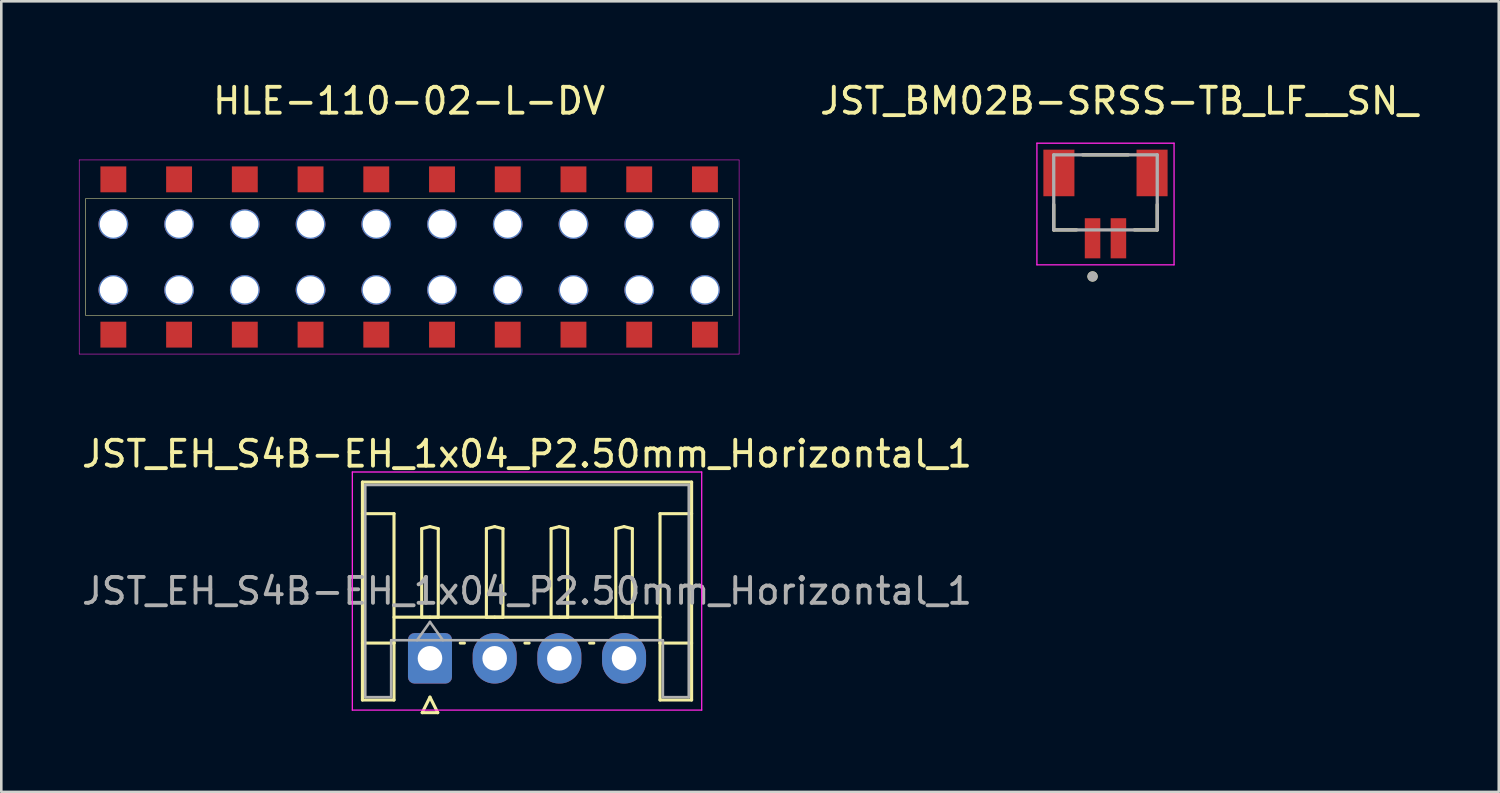
<source format=kicad_pcb>
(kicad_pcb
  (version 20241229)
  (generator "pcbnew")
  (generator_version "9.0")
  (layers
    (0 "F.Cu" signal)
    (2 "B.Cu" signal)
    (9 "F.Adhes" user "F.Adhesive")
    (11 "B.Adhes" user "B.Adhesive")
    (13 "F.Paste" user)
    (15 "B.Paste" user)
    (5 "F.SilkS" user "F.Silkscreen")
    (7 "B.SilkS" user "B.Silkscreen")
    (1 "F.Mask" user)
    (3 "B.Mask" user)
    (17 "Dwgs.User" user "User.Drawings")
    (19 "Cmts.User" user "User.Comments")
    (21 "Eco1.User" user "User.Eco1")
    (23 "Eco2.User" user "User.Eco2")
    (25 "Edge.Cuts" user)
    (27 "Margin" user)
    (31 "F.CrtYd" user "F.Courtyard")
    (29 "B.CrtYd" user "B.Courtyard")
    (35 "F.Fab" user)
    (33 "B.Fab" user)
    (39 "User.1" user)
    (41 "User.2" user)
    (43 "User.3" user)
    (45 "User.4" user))
  (footprint "HLE-110-02-L-DV"
    (layer "F.Cu")
    (at 12.76 6.881)
    (property "Reference" "HLE-110-02-L-DV" (at 0 -6.032 0) (layer "F.SilkS") (effects (font (size 1 1) (thickness 0.15))))
    (attr through_hole)
    (fp_line (start -12.5 -2.25) (end -12.5 2.25) (stroke (width 0.02) (type solid)) (layer "F.SilkS"))
    (fp_line (start -12.5 2.25) (end 12.5 2.25) (stroke (width 0.02) (type solid)) (layer "F.SilkS"))
    (fp_line (start 12.5 -2.25) (end -12.5 -2.25) (stroke (width 0.02) (type solid)) (layer "F.SilkS"))
    (fp_line (start 12.5 2.25) (end 12.5 -2.25) (stroke (width 0.02) (type solid)) (layer "F.SilkS"))
    (fp_line (start -12.75 -3.75) (end -12.75 3.75) (stroke (width 0.02) (type solid)) (layer "F.CrtYd"))
    (fp_line (start -12.75 3.75) (end 12.75 3.75) (stroke (width 0.02) (type solid)) (layer "F.CrtYd"))
    (fp_line (start 12.75 -3.75) (end -12.75 -3.75) (stroke (width 0.02) (type solid)) (layer "F.CrtYd"))
    (fp_line (start 12.75 -3.75) (end 12.75 3.75) (stroke (width 0.02) (type solid)) (layer "F.CrtYd"))
    (pad "" np_thru_hole circle (at -11.43 -1.27) (size 1.15 1.15) (drill 1.05) (layers "*.Cu" "*.Mask"))
    (pad "" np_thru_hole circle (at -11.43 1.27) (size 1.15 1.15) (drill 1.05) (layers "*.Cu" "*.Mask"))
    (pad "" np_thru_hole circle (at -8.89 -1.27) (size 1.15 1.15) (drill 1.05) (layers "*.Cu" "*.Mask"))
    (pad "" np_thru_hole circle (at -8.89 1.27) (size 1.15 1.15) (drill 1.05) (layers "*.Cu" "*.Mask"))
    (pad "" np_thru_hole circle (at -6.35 -1.27) (size 1.15 1.15) (drill 1.05) (layers "*.Cu" "*.Mask"))
    (pad "" np_thru_hole circle (at -6.35 1.27) (size 1.15 1.15) (drill 1.05) (layers "*.Cu" "*.Mask"))
    (pad "" np_thru_hole circle (at -3.81 -1.27) (size 1.15 1.15) (drill 1.05) (layers "*.Cu" "*.Mask"))
    (pad "" np_thru_hole circle (at -3.81 1.27) (size 1.15 1.15) (drill 1.05) (layers "*.Cu" "*.Mask"))
    (pad "" np_thru_hole circle (at -1.27 -1.27) (size 1.15 1.15) (drill 1.05) (layers "*.Cu" "*.Mask"))
    (pad "" np_thru_hole circle (at -1.27 1.27) (size 1.15 1.15) (drill 1.05) (layers "*.Cu" "*.Mask"))
    (pad "" np_thru_hole circle (at 1.27 -1.27) (size 1.15 1.15) (drill 1.05) (layers "*.Cu" "*.Mask"))
    (pad "" np_thru_hole circle (at 1.27 1.27) (size 1.15 1.15) (drill 1.05) (layers "*.Cu" "*.Mask"))
    (pad "" np_thru_hole circle (at 3.81 -1.27) (size 1.15 1.15) (drill 1.05) (layers "*.Cu" "*.Mask"))
    (pad "" np_thru_hole circle (at 3.81 1.27) (size 1.15 1.15) (drill 1.05) (layers "*.Cu" "*.Mask"))
    (pad "" np_thru_hole circle (at 6.35 -1.27) (size 1.15 1.15) (drill 1.05) (layers "*.Cu" "*.Mask"))
    (pad "" np_thru_hole circle (at 6.35 1.27) (size 1.15 1.15) (drill 1.05) (layers "*.Cu" "*.Mask"))
    (pad "" np_thru_hole circle (at 8.89 -1.27) (size 1.15 1.15) (drill 1.05) (layers "*.Cu" "*.Mask"))
    (pad "" np_thru_hole circle (at 8.89 1.27) (size 1.15 1.15) (drill 1.05) (layers "*.Cu" "*.Mask"))
    (pad "" np_thru_hole circle (at 11.43 -1.27) (size 1.15 1.15) (drill 1.05) (layers "*.Cu" "*.Mask"))
    (pad "" np_thru_hole circle (at 11.43 1.27) (size 1.15 1.15) (drill 1.05) (layers "*.Cu" "*.Mask"))
    (pad "1" smd rect (at -11.43 3) (size 1 1) (layers "F.Cu" "F.Mask" "F.Paste"))
    (pad "2" smd rect (at -11.43 -3) (size 1 1) (layers "F.Cu" "F.Mask" "F.Paste"))
    (pad "3" smd rect (at -8.89 3) (size 1 1) (layers "F.Cu" "F.Mask" "F.Paste"))
    (pad "4" smd rect (at -8.89 -3) (size 1 1) (layers "F.Cu" "F.Mask" "F.Paste"))
    (pad "5" smd rect (at -6.35 3) (size 1 1) (layers "F.Cu" "F.Mask" "F.Paste"))
    (pad "6" smd rect (at -6.35 -3) (size 1 1) (layers "F.Cu" "F.Mask" "F.Paste"))
    (pad "7" smd rect (at -3.81 3) (size 1 1) (layers "F.Cu" "F.Mask" "F.Paste"))
    (pad "8" smd rect (at -3.81 -3) (size 1 1) (layers "F.Cu" "F.Mask" "F.Paste"))
    (pad "9" smd rect (at -1.27 3) (size 1 1) (layers "F.Cu" "F.Mask" "F.Paste"))
    (pad "10" smd rect (at -1.27 -3) (size 1 1) (layers "F.Cu" "F.Mask" "F.Paste"))
    (pad "11" smd rect (at 1.27 3) (size 1 1) (layers "F.Cu" "F.Mask" "F.Paste"))
    (pad "12" smd rect (at 1.27 -3) (size 1 1) (layers "F.Cu" "F.Mask" "F.Paste"))
    (pad "13" smd rect (at 3.81 3) (size 1 1) (layers "F.Cu" "F.Mask" "F.Paste"))
    (pad "14" smd rect (at 3.81 -3) (size 1 1) (layers "F.Cu" "F.Mask" "F.Paste"))
    (pad "15" smd rect (at 6.35 3) (size 1 1) (layers "F.Cu" "F.Mask" "F.Paste"))
    (pad "16" smd rect (at 6.35 -3) (size 1 1) (layers "F.Cu" "F.Mask" "F.Paste"))
    (pad "17" smd rect (at 8.89 3) (size 1 1) (layers "F.Cu" "F.Mask" "F.Paste"))
    (pad "18" smd rect (at 8.89 -3) (size 1 1) (layers "F.Cu" "F.Mask" "F.Paste"))
    (pad "19" smd rect (at 11.43 3) (size 1 1) (layers "F.Cu" "F.Mask" "F.Paste"))
    (pad "20" smd rect (at 11.43 -3) (size 1 1) (layers "F.Cu" "F.Mask" "F.Paste")))
  (footprint "JST_BM02B-SRSS-TB_LF__SN_"
    (layer "F.Cu")
    (at 39.668 3.633)
    (property "Reference" "JST_BM02B-SRSS-TB_LF__SN_" (at 0.525 -2.785 0) (layer "F.SilkS") (effects (font (size 1 1) (thickness 0.15))))
    (attr smd)
    (fp_line (start -2 2.2) (end -2 1.22) (stroke (width 0.127) (type solid)) (layer "F.SilkS"))
    (fp_line (start -1.12 2.2) (end -2 2.2) (stroke (width 0.127) (type solid)) (layer "F.SilkS"))
    (fp_line (start -0.88 -0.7) (end 0.88 -0.7) (stroke (width 0.127) (type solid)) (layer "F.SilkS"))
    (fp_line (start 2 2.2) (end 1.12 2.2) (stroke (width 0.127) (type solid)) (layer "F.SilkS"))
    (fp_line (start 2 2.2) (end 2 1.22) (stroke (width 0.127) (type solid)) (layer "F.SilkS"))
    (fp_circle (center -0.5 4) (end -0.4 4) (stroke (width 0.2) (type solid)) (fill no) (layer "F.SilkS"))
    (fp_line (start -2.65 -1.15) (end -2.65 3.55) (stroke (width 0.05) (type solid)) (layer "F.CrtYd"))
    (fp_line (start -2.65 3.55) (end 2.65 3.55) (stroke (width 0.05) (type solid)) (layer "F.CrtYd"))
    (fp_line (start 2.65 -1.15) (end -2.65 -1.15) (stroke (width 0.05) (type solid)) (layer "F.CrtYd"))
    (fp_line (start 2.65 3.55) (end 2.65 -1.15) (stroke (width 0.05) (type solid)) (layer "F.CrtYd"))
    (fp_line (start -2 -0.7) (end 2 -0.7) (stroke (width 0.127) (type solid)) (layer "F.Fab"))
    (fp_line (start -2 2.2) (end -2 -0.7) (stroke (width 0.127) (type solid)) (layer "F.Fab"))
    (fp_line (start 2 -0.7) (end 2 2.2) (stroke (width 0.127) (type solid)) (layer "F.Fab"))
    (fp_line (start 2 2.2) (end -2 2.2) (stroke (width 0.127) (type solid)) (layer "F.Fab"))
    (fp_circle (center -0.5 4) (end -0.4 4) (stroke (width 0.2) (type solid)) (fill no) (layer "F.Fab"))
    (pad "1" smd rect (at -0.5 2.525) (size 0.6 1.55) (layers "F.Cu" "F.Mask" "F.Paste"))
    (pad "2" smd rect (at 0.5 2.525) (size 0.6 1.55) (layers "F.Cu" "F.Mask" "F.Paste"))
    (pad "S1" smd rect (at -1.8 0) (size 1.2 1.8) (layers "F.Cu" "F.Mask" "F.Paste"))
    (pad "S2" smd rect (at 1.8 0) (size 1.2 1.8) (layers "F.Cu" "F.Mask" "F.Paste")))
  (footprint "JST_EH_S4B-EH_1x04_P2.50mm_Horizontal_1"
    (layer "F.Cu")
    (at 13.565 22.389)
    (property "Reference" "JST_EH_S4B-EH_1x04_P2.50mm_Horizontal_1" (at 3.75 -7.9 0) (layer "F.SilkS") (effects (font (size 1 1) (thickness 0.15))))
    (attr through_hole)
    (fp_line (start -2.61 -6.81) (end 10.11 -6.81) (stroke (width 0.12) (type solid)) (layer "F.SilkS"))
    (fp_line (start -2.61 -5.59) (end -1.39 -5.59) (stroke (width 0.12) (type solid)) (layer "F.SilkS"))
    (fp_line (start -2.61 1.61) (end -2.61 -6.81) (stroke (width 0.12) (type solid)) (layer "F.SilkS"))
    (fp_line (start -1.39 -5.59) (end -1.39 -0.59) (stroke (width 0.12) (type solid)) (layer "F.SilkS"))
    (fp_line (start -1.39 -1.59) (end 8.89 -1.59) (stroke (width 0.12) (type solid)) (layer "F.SilkS"))
    (fp_line (start -1.39 -0.59) (end -2.61 -0.59) (stroke (width 0.12) (type solid)) (layer "F.SilkS"))
    (fp_line (start -1.39 -0.59) (end -1.39 1.61) (stroke (width 0.12) (type solid)) (layer "F.SilkS"))
    (fp_line (start -1.39 1.61) (end -2.61 1.61) (stroke (width 0.12) (type solid)) (layer "F.SilkS"))
    (fp_line (start -0.32 -5.01) (end 0 -5.09) (stroke (width 0.12) (type solid)) (layer "F.SilkS"))
    (fp_line (start -0.32 -1.59) (end -0.32 -5.01) (stroke (width 0.12) (type solid)) (layer "F.SilkS"))
    (fp_line (start -0.3 2.1) (end 0.3 2.1) (stroke (width 0.12) (type solid)) (layer "F.SilkS"))
    (fp_line (start 0 -5.09) (end 0.32 -5.01) (stroke (width 0.12) (type solid)) (layer "F.SilkS"))
    (fp_line (start 0 -1.59) (end -0.32 -1.59) (stroke (width 0.12) (type solid)) (layer "F.SilkS"))
    (fp_line (start 0 1.5) (end -0.3 2.1) (stroke (width 0.12) (type solid)) (layer "F.SilkS"))
    (fp_line (start 0.3 2.1) (end 0 1.5) (stroke (width 0.12) (type solid)) (layer "F.SilkS"))
    (fp_line (start 0.32 -5.01) (end 0.32 -1.59) (stroke (width 0.12) (type solid)) (layer "F.SilkS"))
    (fp_line (start 0.32 -1.59) (end 0 -1.59) (stroke (width 0.12) (type solid)) (layer "F.SilkS"))
    (fp_line (start 1.17 -0.59) (end 1.33 -0.59) (stroke (width 0.12) (type solid)) (layer "F.SilkS"))
    (fp_line (start 2.18 -5.01) (end 2.5 -5.09) (stroke (width 0.12) (type solid)) (layer "F.SilkS"))
    (fp_line (start 2.18 -1.59) (end 2.18 -5.01) (stroke (width 0.12) (type solid)) (layer "F.SilkS"))
    (fp_line (start 2.5 -5.09) (end 2.82 -5.01) (stroke (width 0.12) (type solid)) (layer "F.SilkS"))
    (fp_line (start 2.5 -1.59) (end 2.18 -1.59) (stroke (width 0.12) (type solid)) (layer "F.SilkS"))
    (fp_line (start 2.82 -5.01) (end 2.82 -1.59) (stroke (width 0.12) (type solid)) (layer "F.SilkS"))
    (fp_line (start 2.82 -1.59) (end 2.5 -1.59) (stroke (width 0.12) (type solid)) (layer "F.SilkS"))
    (fp_line (start 3.67 -0.59) (end 3.83 -0.59) (stroke (width 0.12) (type solid)) (layer "F.SilkS"))
    (fp_line (start 4.68 -5.01) (end 5 -5.09) (stroke (width 0.12) (type solid)) (layer "F.SilkS"))
    (fp_line (start 4.68 -1.59) (end 4.68 -5.01) (stroke (width 0.12) (type solid)) (layer "F.SilkS"))
    (fp_line (start 5 -5.09) (end 5.32 -5.01) (stroke (width 0.12) (type solid)) (layer "F.SilkS"))
    (fp_line (start 5 -1.59) (end 4.68 -1.59) (stroke (width 0.12) (type solid)) (layer "F.SilkS"))
    (fp_line (start 5.32 -5.01) (end 5.32 -1.59) (stroke (width 0.12) (type solid)) (layer "F.SilkS"))
    (fp_line (start 5.32 -1.59) (end 5 -1.59) (stroke (width 0.12) (type solid)) (layer "F.SilkS"))
    (fp_line (start 6.17 -0.59) (end 6.33 -0.59) (stroke (width 0.12) (type solid)) (layer "F.SilkS"))
    (fp_line (start 7.18 -5.01) (end 7.5 -5.09) (stroke (width 0.12) (type solid)) (layer "F.SilkS"))
    (fp_line (start 7.18 -1.59) (end 7.18 -5.01) (stroke (width 0.12) (type solid)) (layer "F.SilkS"))
    (fp_line (start 7.5 -5.09) (end 7.82 -5.01) (stroke (width 0.12) (type solid)) (layer "F.SilkS"))
    (fp_line (start 7.5 -1.59) (end 7.18 -1.59) (stroke (width 0.12) (type solid)) (layer "F.SilkS"))
    (fp_line (start 7.82 -5.01) (end 7.82 -1.59) (stroke (width 0.12) (type solid)) (layer "F.SilkS"))
    (fp_line (start 7.82 -1.59) (end 7.5 -1.59) (stroke (width 0.12) (type solid)) (layer "F.SilkS"))
    (fp_line (start 8.89 -5.59) (end 8.89 -0.59) (stroke (width 0.12) (type solid)) (layer "F.SilkS"))
    (fp_line (start 8.89 -0.59) (end 10.11 -0.59) (stroke (width 0.12) (type solid)) (layer "F.SilkS"))
    (fp_line (start 8.89 1.61) (end 8.89 -0.59) (stroke (width 0.12) (type solid)) (layer "F.SilkS"))
    (fp_line (start 10.11 -6.81) (end 10.11 1.61) (stroke (width 0.12) (type solid)) (layer "F.SilkS"))
    (fp_line (start 10.11 -5.59) (end 8.89 -5.59) (stroke (width 0.12) (type solid)) (layer "F.SilkS"))
    (fp_line (start 10.11 1.61) (end 8.89 1.61) (stroke (width 0.12) (type solid)) (layer "F.SilkS"))
    (fp_line (start -3 -7.2) (end -3 2) (stroke (width 0.05) (type solid)) (layer "F.CrtYd"))
    (fp_line (start -3 2) (end 10.5 2) (stroke (width 0.05) (type solid)) (layer "F.CrtYd"))
    (fp_line (start 10.5 -7.2) (end -3 -7.2) (stroke (width 0.05) (type solid)) (layer "F.CrtYd"))
    (fp_line (start 10.5 2) (end 10.5 -7.2) (stroke (width 0.05) (type solid)) (layer "F.CrtYd"))
    (fp_line (start -2.5 -6.7) (end 10 -6.7) (stroke (width 0.1) (type solid)) (layer "F.Fab"))
    (fp_line (start -2.5 1.5) (end -2.5 -6.7) (stroke (width 0.1) (type solid)) (layer "F.Fab"))
    (fp_line (start -1.5 -0.7) (end -1.5 1.5) (stroke (width 0.1) (type solid)) (layer "F.Fab"))
    (fp_line (start -1.5 1.5) (end -2.5 1.5) (stroke (width 0.1) (type solid)) (layer "F.Fab"))
    (fp_line (start -0.5 -0.7) (end 0 -1.407) (stroke (width 0.1) (type solid)) (layer "F.Fab"))
    (fp_line (start 0 -1.407) (end 0.5 -0.7) (stroke (width 0.1) (type solid)) (layer "F.Fab"))
    (fp_line (start 9 -0.7) (end -1.5 -0.7) (stroke (width 0.1) (type solid)) (layer "F.Fab"))
    (fp_line (start 9 1.5) (end 9 -0.7) (stroke (width 0.1) (type solid)) (layer "F.Fab"))
    (fp_line (start 10 -6.7) (end 10 1.5) (stroke (width 0.1) (type solid)) (layer "F.Fab"))
    (fp_line (start 10 1.5) (end 9 1.5) (stroke (width 0.1) (type solid)) (layer "F.Fab"))
    (fp_text user "${REFERENCE}" (at 3.75 -2.6 0) (layer "F.Fab") (effects (font (size 1 1) (thickness 0.15))))
    (pad "1" thru_hole roundrect (at 0 0) (size 1.7 1.95) (drill 0.95) (layers "*.Cu" "*.Mask") (roundrect_rratio 0.147))
    (pad "2" thru_hole oval (at 2.5 0) (size 1.7 1.95) (drill 0.95) (layers "*.Cu" "*.Mask"))
    (pad "3" thru_hole oval (at 5 0) (size 1.7 1.95) (drill 0.95) (layers "*.Cu" "*.Mask"))
    (pad "4" thru_hole oval (at 7.5 0) (size 1.7 1.95) (drill 0.95) (layers "*.Cu" "*.Mask")))
  (gr_rect
    (start -3 -3)
    (end 54.865 27.549)
    (stroke (width 0.1) (type default))
    (fill no)
    (layer "Edge.Cuts")))
</source>
